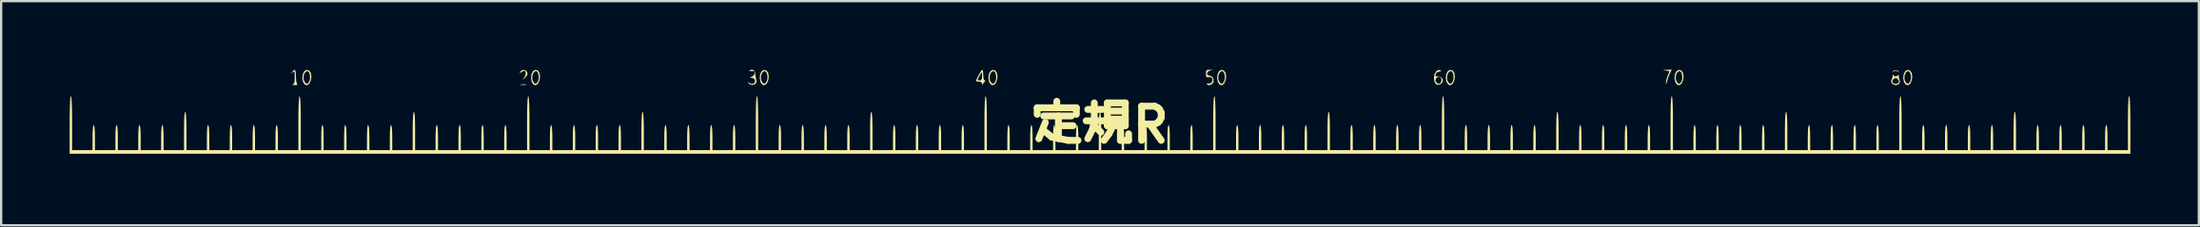
<source format=kicad_pcb>
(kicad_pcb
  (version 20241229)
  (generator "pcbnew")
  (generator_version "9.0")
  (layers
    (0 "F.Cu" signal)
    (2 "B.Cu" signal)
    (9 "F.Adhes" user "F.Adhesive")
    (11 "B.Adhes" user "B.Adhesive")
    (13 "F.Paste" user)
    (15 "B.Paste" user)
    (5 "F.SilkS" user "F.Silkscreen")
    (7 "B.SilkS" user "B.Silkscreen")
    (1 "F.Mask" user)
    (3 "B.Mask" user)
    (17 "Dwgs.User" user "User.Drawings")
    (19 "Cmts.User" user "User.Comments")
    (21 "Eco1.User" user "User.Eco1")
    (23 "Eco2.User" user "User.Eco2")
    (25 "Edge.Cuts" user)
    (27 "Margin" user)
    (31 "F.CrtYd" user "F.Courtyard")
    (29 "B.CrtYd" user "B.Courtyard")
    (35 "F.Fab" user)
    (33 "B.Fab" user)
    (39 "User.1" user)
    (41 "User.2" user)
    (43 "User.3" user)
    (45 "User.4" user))
  (footprint "定規R"
    (layer "F.Cu")
    (at 45.109 2.428)
    (property "Reference" "定規R" (at 0 0 0) (layer "F.SilkS") (effects (font (size 1.5 1.5) (thickness 0.3))))
    (attr board_only exclude_from_pos_files exclude_from_bom)
    (fp_poly (pts (xy -25.123 -1.776) (xy -25.098 -1.763) (xy -25.165 -1.755) (xy -25.242 -1.753) (xy -25.356 -1.757) (xy -25.387 -1.768) (xy -25.36 -1.776) (xy -25.207 -1.785)) (stroke (width 0) (type solid)) (fill yes) (layer "F.SilkS"))
    (fp_poly (pts (xy 34.94 -2.37) (xy 34.969 -2.331) (xy 34.967 -2.3) (xy 34.956 -2.317) (xy 34.887 -2.363) (xy 34.833 -2.371) (xy 34.738 -2.346) (xy 34.709 -2.317) (xy 34.693 -2.305) (xy 34.696 -2.331) (xy 34.751 -2.383) (xy 34.85 -2.396)) (stroke (width 0) (type solid)) (fill yes) (layer "F.SilkS"))
    (fp_poly (pts (xy -25.114 -2.361) (xy -25.086 -2.323) (xy -25.062 -2.244) (xy -25.092 -2.163) (xy -25.191 -2.05) (xy -25.201 -2.04) (xy -25.276 -1.967) (xy -25.288 -1.963) (xy -25.255 -2.003) (xy -25.171 -2.135) (xy -25.141 -2.255) (xy -25.159 -2.341) (xy -25.219 -2.373) (xy -25.315 -2.33) (xy -25.343 -2.305) (xy -25.394 -2.268) (xy -25.39 -2.315) (xy -25.389 -2.319) (xy -25.321 -2.397) (xy -25.215 -2.411)) (stroke (width 0) (type solid)) (fill yes) (layer "F.SilkS"))
    (fp_poly (pts (xy 24.953 -2.268) (xy 24.884 -2.105) (xy 24.828 -1.923) (xy 24.825 -1.912) (xy 24.794 -1.805) (xy 24.776 -1.8) (xy 24.773 -1.833) (xy 24.79 -1.961) (xy 24.837 -2.119) (xy 24.847 -2.142) (xy 24.897 -2.267) (xy 24.924 -2.341) (xy 24.926 -2.348) (xy 24.88 -2.365) (xy 24.768 -2.384) (xy 24.754 -2.386) (xy 24.663 -2.399) (xy 24.665 -2.408) (xy 24.766 -2.414) (xy 24.809 -2.416) (xy 25.034 -2.424)) (stroke (width 0) (type solid)) (fill yes) (layer "F.SilkS"))
    (fp_poly (pts (xy -35.236 -2.401) (xy -35.209 -2.297) (xy -35.202 -2.112) (xy -35.19 -1.909) (xy -35.157 -1.794) (xy -35.136 -1.774) (xy -35.137 -1.757) (xy -35.221 -1.749) (xy -35.254 -1.749) (xy -35.35 -1.756) (xy -35.362 -1.77) (xy -35.347 -1.775) (xy -35.292 -1.811) (xy -35.263 -1.899) (xy -35.254 -2.063) (xy -35.254 -2.092) (xy -35.257 -2.256) (xy -35.27 -2.333) (xy -35.302 -2.342) (xy -35.347 -2.312) (xy -35.409 -2.266) (xy -35.396 -2.294) (xy -35.366 -2.332) (xy -35.287 -2.41)) (stroke (width 0) (type solid)) (fill yes) (layer "F.SilkS"))
    (fp_poly (pts (xy -34.626 -2.387) (xy -34.551 -2.28) (xy -34.526 -2.115) (xy -34.547 -1.962) (xy -34.614 -1.81) (xy -34.707 -1.741) (xy -34.805 -1.76) (xy -34.887 -1.871) (xy -34.89 -1.88) (xy -34.917 -2.015) (xy -34.869 -2.015) (xy -34.843 -1.926) (xy -34.769 -1.814) (xy -34.695 -1.808) (xy -34.619 -1.903) (xy -34.584 -2.029) (xy -34.588 -2.17) (xy -34.623 -2.291) (xy -34.684 -2.358) (xy -34.716 -2.361) (xy -34.809 -2.296) (xy -34.863 -2.167) (xy -34.869 -2.015) (xy -34.917 -2.015) (xy -34.924 -2.052) (xy -34.904 -2.22) (xy -34.841 -2.352) (xy -34.742 -2.414) (xy -34.741 -2.414)) (stroke (width 0) (type solid)) (fill yes) (layer "F.SilkS"))
    (fp_poly (pts (xy -24.613 -2.387) (xy -24.539 -2.28) (xy -24.514 -2.115) (xy -24.535 -1.962) (xy -24.602 -1.81) (xy -24.695 -1.741) (xy -24.793 -1.76) (xy -24.874 -1.871) (xy -24.878 -1.88) (xy -24.904 -2.015) (xy -24.857 -2.015) (xy -24.831 -1.926) (xy -24.757 -1.814) (xy -24.682 -1.808) (xy -24.607 -1.903) (xy -24.571 -2.029) (xy -24.575 -2.17) (xy -24.611 -2.291) (xy -24.671 -2.358) (xy -24.704 -2.361) (xy -24.796 -2.296) (xy -24.851 -2.167) (xy -24.857 -2.015) (xy -24.904 -2.015) (xy -24.911 -2.052) (xy -24.892 -2.22) (xy -24.828 -2.352) (xy -24.73 -2.414) (xy -24.729 -2.414)) (stroke (width 0) (type solid)) (fill yes) (layer "F.SilkS"))
    (fp_poly (pts (xy -14.601 -2.387) (xy -14.526 -2.28) (xy -14.502 -2.115) (xy -14.522 -1.962) (xy -14.589 -1.81) (xy -14.683 -1.741) (xy -14.78 -1.76) (xy -14.862 -1.871) (xy -14.865 -1.88) (xy -14.892 -2.015) (xy -14.844 -2.015) (xy -14.818 -1.926) (xy -14.744 -1.814) (xy -14.67 -1.808) (xy -14.594 -1.903) (xy -14.559 -2.029) (xy -14.563 -2.17) (xy -14.598 -2.291) (xy -14.659 -2.358) (xy -14.691 -2.361) (xy -14.784 -2.296) (xy -14.838 -2.167) (xy -14.844 -2.015) (xy -14.892 -2.015) (xy -14.899 -2.052) (xy -14.879 -2.22) (xy -14.816 -2.352) (xy -14.717 -2.414) (xy -14.716 -2.414)) (stroke (width 0) (type solid)) (fill yes) (layer "F.SilkS"))
    (fp_poly (pts (xy -4.588 -2.387) (xy -4.514 -2.28) (xy -4.489 -2.115) (xy -4.51 -1.962) (xy -4.577 -1.81) (xy -4.67 -1.741) (xy -4.768 -1.76) (xy -4.849 -1.871) (xy -4.853 -1.88) (xy -4.879 -2.015) (xy -4.832 -2.015) (xy -4.806 -1.926) (xy -4.732 -1.814) (xy -4.657 -1.808) (xy -4.582 -1.903) (xy -4.546 -2.029) (xy -4.55 -2.17) (xy -4.586 -2.291) (xy -4.646 -2.358) (xy -4.679 -2.361) (xy -4.771 -2.296) (xy -4.826 -2.167) (xy -4.832 -2.015) (xy -4.879 -2.015) (xy -4.887 -2.052) (xy -4.867 -2.22) (xy -4.803 -2.352) (xy -4.705 -2.414) (xy -4.704 -2.414)) (stroke (width 0) (type solid)) (fill yes) (layer "F.SilkS"))
    (fp_poly (pts (xy 5.424 -2.387) (xy 5.499 -2.28) (xy 5.523 -2.115) (xy 5.503 -1.962) (xy 5.435 -1.81) (xy 5.342 -1.741) (xy 5.245 -1.76) (xy 5.163 -1.871) (xy 5.159 -1.88) (xy 5.133 -2.015) (xy 5.181 -2.015) (xy 5.206 -1.926) (xy 5.281 -1.814) (xy 5.355 -1.808) (xy 5.431 -1.903) (xy 5.466 -2.029) (xy 5.462 -2.17) (xy 5.427 -2.291) (xy 5.366 -2.358) (xy 5.334 -2.361) (xy 5.241 -2.296) (xy 5.186 -2.167) (xy 5.181 -2.015) (xy 5.133 -2.015) (xy 5.126 -2.052) (xy 5.145 -2.22) (xy 5.209 -2.352) (xy 5.308 -2.414) (xy 5.309 -2.414)) (stroke (width 0) (type solid)) (fill yes) (layer "F.SilkS"))
    (fp_poly (pts (xy 15.436 -2.387) (xy 15.511 -2.28) (xy 15.536 -2.115) (xy 15.515 -1.962) (xy 15.448 -1.81) (xy 15.355 -1.741) (xy 15.257 -1.76) (xy 15.176 -1.871) (xy 15.172 -1.88) (xy 15.146 -2.015) (xy 15.193 -2.015) (xy 15.219 -1.926) (xy 15.293 -1.814) (xy 15.368 -1.808) (xy 15.443 -1.903) (xy 15.479 -2.029) (xy 15.475 -2.17) (xy 15.439 -2.291) (xy 15.379 -2.358) (xy 15.346 -2.361) (xy 15.254 -2.296) (xy 15.199 -2.167) (xy 15.193 -2.015) (xy 15.146 -2.015) (xy 15.138 -2.052) (xy 15.158 -2.22) (xy 15.222 -2.352) (xy 15.32 -2.414) (xy 15.321 -2.414)) (stroke (width 0) (type solid)) (fill yes) (layer "F.SilkS"))
    (fp_poly (pts (xy 25.449 -2.387) (xy 25.524 -2.28) (xy 25.548 -2.115) (xy 25.528 -1.962) (xy 25.46 -1.81) (xy 25.367 -1.741) (xy 25.269 -1.76) (xy 25.188 -1.871) (xy 25.184 -1.88) (xy 25.158 -2.015) (xy 25.206 -2.015) (xy 25.231 -1.926) (xy 25.306 -1.814) (xy 25.38 -1.808) (xy 25.456 -1.903) (xy 25.491 -2.029) (xy 25.487 -2.17) (xy 25.451 -2.291) (xy 25.391 -2.358) (xy 25.359 -2.361) (xy 25.266 -2.296) (xy 25.211 -2.167) (xy 25.206 -2.015) (xy 25.158 -2.015) (xy 25.151 -2.052) (xy 25.17 -2.22) (xy 25.234 -2.352) (xy 25.333 -2.414) (xy 25.334 -2.414)) (stroke (width 0) (type solid)) (fill yes) (layer "F.SilkS"))
    (fp_poly (pts (xy 35.461 -2.387) (xy 35.536 -2.28) (xy 35.561 -2.115) (xy 35.54 -1.962) (xy 35.473 -1.81) (xy 35.38 -1.741) (xy 35.282 -1.76) (xy 35.2 -1.871) (xy 35.197 -1.88) (xy 35.171 -2.015) (xy 35.218 -2.015) (xy 35.244 -1.926) (xy 35.318 -1.814) (xy 35.393 -1.808) (xy 35.468 -1.903) (xy 35.503 -2.029) (xy 35.5 -2.17) (xy 35.464 -2.291) (xy 35.404 -2.358) (xy 35.371 -2.361) (xy 35.279 -2.296) (xy 35.224 -2.167) (xy 35.218 -2.015) (xy 35.171 -2.015) (xy 35.163 -2.052) (xy 35.183 -2.22) (xy 35.247 -2.352) (xy 35.345 -2.414) (xy 35.346 -2.414)) (stroke (width 0) (type solid)) (fill yes) (layer "F.SilkS"))
    (fp_poly (pts (xy -15.152 -2.387) (xy -15.098 -2.28) (xy -15.094 -2.238) (xy -15.077 -2.091) (xy -15.048 -1.989) (xy -15.038 -1.872) (xy -15.1 -1.786) (xy -15.204 -1.748) (xy -15.319 -1.769) (xy -15.392 -1.831) (xy -15.435 -1.892) (xy -15.411 -1.878) (xy -15.388 -1.858) (xy -15.269 -1.796) (xy -15.164 -1.808) (xy -15.104 -1.882) (xy -15.111 -1.989) (xy -15.177 -2.044) (xy -15.248 -2.059) (xy -15.326 -2.064) (xy -15.309 -2.082) (xy -15.243 -2.11) (xy -15.144 -2.194) (xy -15.124 -2.27) (xy -15.142 -2.351) (xy -15.218 -2.364) (xy -15.26 -2.358) (xy -15.348 -2.352) (xy -15.344 -2.383) (xy -15.245 -2.428)) (stroke (width 0) (type solid)) (fill yes) (layer "F.SilkS"))
    (fp_poly (pts (xy 4.916 -2.41) (xy 4.923 -2.401) (xy 4.835 -2.386) (xy 4.732 -2.341) (xy 4.685 -2.265) (xy 4.702 -2.194) (xy 4.788 -2.161) (xy 4.794 -2.161) (xy 4.907 -2.116) (xy 4.972 -2.009) (xy 4.968 -1.878) (xy 4.954 -1.844) (xy 4.87 -1.765) (xy 4.761 -1.739) (xy 4.674 -1.776) (xy 4.667 -1.787) (xy 4.682 -1.815) (xy 4.733 -1.809) (xy 4.845 -1.825) (xy 4.918 -1.908) (xy 4.922 -2.023) (xy 4.921 -2.027) (xy 4.848 -2.094) (xy 4.762 -2.094) (xy 4.677 -2.09) (xy 4.643 -2.141) (xy 4.637 -2.247) (xy 4.646 -2.367) (xy 4.694 -2.413) (xy 4.809 -2.416)) (stroke (width 0) (type solid)) (fill yes) (layer "F.SilkS"))
    (fp_poly (pts (xy 34.973 -2.176) (xy 34.968 -2.085) (xy 34.999 -2.009) (xy 35.025 -1.888) (xy 34.967 -1.787) (xy 34.848 -1.739) (xy 34.833 -1.739) (xy 34.724 -1.777) (xy 34.671 -1.822) (xy 34.629 -1.911) (xy 34.635 -1.928) (xy 34.689 -1.928) (xy 34.692 -1.876) (xy 34.764 -1.807) (xy 34.871 -1.798) (xy 34.959 -1.849) (xy 34.974 -1.876) (xy 34.962 -1.967) (xy 34.888 -2.039) (xy 34.833 -2.054) (xy 34.741 -2.014) (xy 34.689 -1.928) (xy 34.635 -1.928) (xy 34.666 -2.009) (xy 34.703 -2.115) (xy 34.693 -2.176) (xy 34.691 -2.203) (xy 34.744 -2.167) (xy 34.829 -2.121) (xy 34.911 -2.158) (xy 34.922 -2.167) (xy 34.979 -2.203)) (stroke (width 0) (type solid)) (fill yes) (layer "F.SilkS"))
    (fp_poly (pts (xy 14.914 -2.392) (xy 14.919 -2.387) (xy 14.923 -2.348) (xy 14.856 -2.341) (xy 14.743 -2.298) (xy 14.699 -2.23) (xy 14.681 -2.147) (xy 14.733 -2.123) (xy 14.79 -2.125) (xy 14.925 -2.097) (xy 15.003 -2.01) (xy 15.005 -1.894) (xy 14.986 -1.858) (xy 14.881 -1.763) (xy 14.756 -1.761) (xy 14.72 -1.779) (xy 14.647 -1.88) (xy 14.633 -1.954) (xy 14.683 -1.954) (xy 14.707 -1.889) (xy 14.79 -1.804) (xy 14.88 -1.81) (xy 14.939 -1.897) (xy 14.946 -2.027) (xy 14.886 -2.1) (xy 14.788 -2.098) (xy 14.715 -2.047) (xy 14.683 -1.954) (xy 14.633 -1.954) (xy 14.617 -2.037) (xy 14.637 -2.203) (xy 14.646 -2.23) (xy 14.724 -2.357) (xy 14.822 -2.416)) (stroke (width 0) (type solid)) (fill yes) (layer "F.SilkS"))
    (fp_poly (pts (xy -5.129 -2.377) (xy -5.114 -2.258) (xy -5.112 -2.187) (xy -5.098 -2.022) (xy -5.057 -1.951) (xy -5.046 -1.949) (xy -5.011 -1.934) (xy -5.038 -1.909) (xy -5.108 -1.828) (xy -5.126 -1.792) (xy -5.151 -1.747) (xy -5.16 -1.804) (xy -5.16 -1.805) (xy -5.206 -1.88) (xy -5.296 -1.897) (xy -5.395 -1.906) (xy -5.428 -1.922) (xy -5.416 -1.96) (xy -5.345 -1.96) (xy -5.29 -1.95) (xy -5.271 -1.95) (xy -5.199 -1.969) (xy -5.169 -2.045) (xy -5.164 -2.143) (xy -5.167 -2.267) (xy -5.184 -2.303) (xy -5.225 -2.247) (xy -5.291 -2.121) (xy -5.344 -2.008) (xy -5.345 -1.96) (xy -5.416 -1.96) (xy -5.405 -1.996) (xy -5.348 -2.116) (xy -5.276 -2.25) (xy -5.207 -2.363) (xy -5.16 -2.422) (xy -5.154 -2.424)) (stroke (width 0) (type solid)) (fill yes) (layer "F.SilkS"))
    (fp_poly (pts (xy 45.074 -1.213) (xy 45.089 -1.06) (xy 45.099 -0.812) (xy 45.106 -0.473) (xy 45.109 -0.047) (xy 45.109 0) (xy 45.109 1.265) (xy 0 1.265) (xy -45.109 1.265) (xy -45.109 0) (xy -45.107 -0.434) (xy -45.1 -0.782) (xy -45.09 -1.04) (xy -45.076 -1.202) (xy -45.058 -1.264) (xy -45.056 -1.265) (xy -45.037 -1.213) (xy -45.023 -1.061) (xy -45.012 -0.814) (xy -45.005 -0.478) (xy -45.003 -0.079) (xy -45.003 1.107) (xy -44.555 1.107) (xy -44.107 1.107) (xy -44.107 0.553) (xy -44.103 0.3) (xy -44.089 0.116) (xy -44.068 0.015) (xy -44.055 0) (xy -44.031 0.05) (xy -44.013 0.191) (xy -44.003 0.409) (xy -44.002 0.553) (xy -44.002 1.107) (xy -43.554 1.107) (xy -43.106 1.107) (xy -43.106 0.553) (xy -43.101 0.3) (xy -43.088 0.116) (xy -43.067 0.015) (xy -43.054 0) (xy -43.029 0.05) (xy -43.012 0.191) (xy -43.002 0.409) (xy -43.001 0.553) (xy -43.001 1.107) (xy -42.553 1.107) (xy -42.105 1.107) (xy -42.105 0.553) (xy -42.1 0.3) (xy -42.087 0.116) (xy -42.066 0.015) (xy -42.052 0) (xy -42.028 0.05) (xy -42.011 0.191) (xy -42.001 0.409) (xy -42 0.553) (xy -42 1.107) (xy -41.552 1.107) (xy -41.104 1.107) (xy -41.104 0.553) (xy -41.099 0.3) (xy -41.085 0.116) (xy -41.065 0.015) (xy -41.051 0) (xy -41.027 0.05) (xy -41.009 0.191) (xy -41 0.409) (xy -40.998 0.553) (xy -40.998 1.107) (xy -40.55 1.107) (xy -40.102 1.107) (xy -40.102 0.263) (xy -40.099 -0.072) (xy -40.09 -0.33) (xy -40.075 -0.501) (xy -40.055 -0.577) (xy -40.05 -0.58) (xy -40.029 -0.528) (xy -40.013 -0.38) (xy -40.002 -0.143) (xy -39.997 0.175) (xy -39.997 0.263) (xy -39.997 1.107) (xy -39.549 1.107) (xy -39.101 1.107) (xy -39.101 0.553) (xy -39.096 0.3) (xy -39.083 0.116) (xy -39.062 0.015) (xy -39.049 0) (xy -39.024 0.05) (xy -39.007 0.191) (xy -38.997 0.409) (xy -38.996 0.553) (xy -38.996 1.107) (xy -38.548 1.107) (xy -38.1 1.107) (xy -38.1 0.553) (xy -38.095 0.3) (xy -38.082 0.116) (xy -38.061 0.015) (xy -38.047 0) (xy -38.023 0.05) (xy -38.006 0.191) (xy -37.996 0.409) (xy -37.995 0.553) (xy -37.995 1.107) (xy -37.547 1.107) (xy -37.099 1.107) (xy -37.099 0.553) (xy -37.094 0.3) (xy -37.081 0.116) (xy -37.06 0.015) (xy -37.046 0) (xy -37.022 0.05) (xy -37.004 0.191) (xy -36.995 0.409) (xy -36.993 0.553) (xy -36.993 1.107) (xy -36.545 1.107) (xy -36.098 1.107) (xy -36.098 0.553) (xy -36.093 0.3) (xy -36.079 0.116) (xy -36.059 0.015) (xy -36.045 0) (xy -36.021 0.05) (xy -36.003 0.191) (xy -35.994 0.409) (xy -35.992 0.553) (xy -35.992 1.107) (xy -35.544 1.107) (xy -35.096 1.107) (xy -35.096 -0.079) (xy -35.094 -0.496) (xy -35.087 -0.828) (xy -35.076 -1.071) (xy -35.061 -1.218) (xy -35.044 -1.265) (xy -35.025 -1.213) (xy -35.01 -1.061) (xy -34.999 -0.814) (xy -34.993 -0.478) (xy -34.991 -0.079) (xy -34.991 1.107) (xy -34.543 1.107) (xy -34.095 1.107) (xy -34.095 0.553) (xy -34.09 0.3) (xy -34.077 0.116) (xy -34.056 0.015) (xy -34.042 0) (xy -34.018 0.05) (xy -34.001 0.191) (xy -33.991 0.409) (xy -33.99 0.553) (xy -33.99 1.107) (xy -33.542 1.107) (xy -33.094 1.107) (xy -33.094 0.553) (xy -33.089 0.3) (xy -33.076 0.116) (xy -33.055 0.015) (xy -33.041 0) (xy -33.017 0.05) (xy -32.999 0.191) (xy -32.99 0.409) (xy -32.988 0.553) (xy -32.988 1.107) (xy -32.54 1.107) (xy -32.093 1.107) (xy -32.093 0.553) (xy -32.088 0.3) (xy -32.074 0.116) (xy -32.054 0.015) (xy -32.04 0) (xy -32.016 0.05) (xy -31.998 0.191) (xy -31.989 0.409) (xy -31.987 0.553) (xy -31.987 1.107) (xy -31.539 1.107) (xy -31.091 1.107) (xy -31.091 0.553) (xy -31.087 0.3) (xy -31.073 0.116) (xy -31.052 0.015) (xy -31.039 0) (xy -31.014 0.05) (xy -30.997 0.191) (xy -30.987 0.409) (xy -30.986 0.553) (xy -30.986 1.107) (xy -30.538 1.107) (xy -30.09 1.107) (xy -30.09 0.263) (xy -30.087 -0.072) (xy -30.078 -0.33) (xy -30.063 -0.501) (xy -30.043 -0.577) (xy -30.037 -0.58) (xy -30.016 -0.528) (xy -30 -0.38) (xy -29.99 -0.143) (xy -29.985 0.175) (xy -29.985 0.263) (xy -29.985 1.107) (xy -29.537 1.107) (xy -29.089 1.107) (xy -29.089 0.553) (xy -29.084 0.3) (xy -29.071 0.116) (xy -29.05 0.015) (xy -29.036 0) (xy -29.012 0.05) (xy -28.994 0.191) (xy -28.985 0.409) (xy -28.983 0.553) (xy -28.983 1.107) (xy -28.535 1.107) (xy -28.088 1.107) (xy -28.088 0.553) (xy -28.083 0.3) (xy -28.069 0.116) (xy -28.049 0.015) (xy -28.035 0) (xy -28.011 0.05) (xy -27.993 0.191) (xy -27.984 0.409) (xy -27.982 0.553) (xy -27.982 1.107) (xy -27.534 1.107) (xy -27.086 1.107) (xy -27.086 0.553) (xy -27.082 0.3) (xy -27.068 0.116) (xy -27.047 0.015) (xy -27.034 0) (xy -27.009 0.05) (xy -26.992 0.191) (xy -26.982 0.409) (xy -26.981 0.553) (xy -26.981 1.107) (xy -26.533 1.107) (xy -26.085 1.107) (xy -26.085 0.553) (xy -26.08 0.3) (xy -26.067 0.116) (xy -26.046 0.015) (xy -26.032 0) (xy -26.008 0.05) (xy -25.991 0.191) (xy -25.981 0.409) (xy -25.98 0.553) (xy -25.98 1.107) (xy -25.532 1.107) (xy -25.084 1.107) (xy -25.084 -0.079) (xy -25.082 -0.496) (xy -25.075 -0.828) (xy -25.064 -1.071) (xy -25.049 -1.218) (xy -25.031 -1.265) (xy -25.013 -1.213) (xy -24.998 -1.061) (xy -24.987 -0.814) (xy -24.981 -0.478) (xy -24.978 -0.079) (xy -24.978 1.107) (xy -24.53 1.107) (xy -24.083 1.107) (xy -24.083 0.553) (xy -24.078 0.3) (xy -24.064 0.116) (xy -24.044 0.015) (xy -24.03 0) (xy -24.006 0.05) (xy -23.988 0.191) (xy -23.979 0.409) (xy -23.977 0.553) (xy -23.977 1.107) (xy -23.529 1.107) (xy -23.081 1.107) (xy -23.081 0.553) (xy -23.077 0.3) (xy -23.063 0.116) (xy -23.042 0.015) (xy -23.029 0) (xy -23.005 0.05) (xy -22.987 0.191) (xy -22.977 0.409) (xy -22.976 0.553) (xy -22.976 1.107) (xy -22.528 1.107) (xy -22.08 1.107) (xy -22.08 0.553) (xy -22.075 0.3) (xy -22.062 0.116) (xy -22.041 0.015) (xy -22.027 0) (xy -22.003 0.05) (xy -21.986 0.191) (xy -21.976 0.409) (xy -21.975 0.553) (xy -21.975 1.107) (xy -21.527 1.107) (xy -21.079 1.107) (xy -21.079 0.553) (xy -21.074 0.3) (xy -21.061 0.116) (xy -21.04 0.015) (xy -21.026 0) (xy -21.002 0.05) (xy -20.984 0.191) (xy -20.975 0.409) (xy -20.973 0.553) (xy -20.973 1.107) (xy -20.526 1.107) (xy -20.078 1.107) (xy -20.078 0.263) (xy -20.074 -0.072) (xy -20.065 -0.33) (xy -20.05 -0.501) (xy -20.03 -0.577) (xy -20.025 -0.58) (xy -20.004 -0.528) (xy -19.988 -0.38) (xy -19.977 -0.143) (xy -19.972 0.175) (xy -19.972 0.263) (xy -19.972 1.107) (xy -19.524 1.107) (xy -19.076 1.107) (xy -19.076 0.553) (xy -19.072 0.3) (xy -19.058 0.116) (xy -19.037 0.015) (xy -19.024 0) (xy -19 0.05) (xy -18.982 0.191) (xy -18.972 0.409) (xy -18.971 0.553) (xy -18.971 1.107) (xy -18.523 1.107) (xy -18.075 1.107) (xy -18.075 0.553) (xy -18.07 0.3) (xy -18.057 0.116) (xy -18.036 0.015) (xy -18.022 0) (xy -17.998 0.05) (xy -17.981 0.191) (xy -17.971 0.409) (xy -17.97 0.553) (xy -17.97 1.107) (xy -17.522 1.107) (xy -17.074 1.107) (xy -17.074 0.553) (xy -17.069 0.3) (xy -17.056 0.116) (xy -17.035 0.015) (xy -17.021 0) (xy -16.997 0.05) (xy -16.979 0.191) (xy -16.97 0.409) (xy -16.968 0.553) (xy -16.968 1.107) (xy -16.521 1.107) (xy -16.073 1.107) (xy -16.073 0.553) (xy -16.068 0.3) (xy -16.054 0.116) (xy -16.034 0.015) (xy -16.02 0) (xy -15.996 0.05) (xy -15.978 0.191) (xy -15.969 0.409) (xy -15.967 0.553) (xy -15.967 1.107) (xy -15.519 1.107) (xy -15.071 1.107) (xy -15.071 -0.079) (xy -15.069 -0.496) (xy -15.062 -0.828) (xy -15.051 -1.071) (xy -15.036 -1.218) (xy -15.019 -1.265) (xy -15 -1.213) (xy -14.985 -1.061) (xy -14.975 -0.814) (xy -14.968 -0.478) (xy -14.966 -0.079) (xy -14.966 1.107) (xy -14.518 1.107) (xy -14.07 1.107) (xy -14.07 0.553) (xy -14.065 0.3) (xy -14.052 0.116) (xy -14.031 0.015) (xy -14.017 0) (xy -13.993 0.05) (xy -13.976 0.191) (xy -13.966 0.409) (xy -13.965 0.553) (xy -13.965 1.107) (xy -13.517 1.107) (xy -13.069 1.107) (xy -13.069 0.553) (xy -13.064 0.3) (xy -13.051 0.116) (xy -13.03 0.015) (xy -13.016 0) (xy -12.992 0.05) (xy -12.975 0.191) (xy -12.965 0.409) (xy -12.963 0.553) (xy -12.963 1.107) (xy -12.516 1.107) (xy -12.068 1.107) (xy -12.068 0.553) (xy -12.063 0.3) (xy -12.049 0.116) (xy -12.029 0.015) (xy -12.015 0) (xy -11.991 0.05) (xy -11.973 0.191) (xy -11.964 0.409) (xy -11.962 0.553) (xy -11.962 1.107) (xy -11.514 1.107) (xy -11.066 1.107) (xy -11.066 0.553) (xy -11.062 0.3) (xy -11.048 0.116) (xy -11.027 0.015) (xy -11.014 0) (xy -10.99 0.05) (xy -10.972 0.191) (xy -10.962 0.409) (xy -10.961 0.553) (xy -10.961 1.107) (xy -10.513 1.107) (xy -10.065 1.107) (xy -10.065 0.263) (xy -10.062 -0.072) (xy -10.053 -0.33) (xy -10.038 -0.501) (xy -10.018 -0.577) (xy -10.012 -0.58) (xy -9.991 -0.528) (xy -9.975 -0.38) (xy -9.965 -0.143) (xy -9.96 0.175) (xy -9.96 0.263) (xy -9.96 1.107) (xy -9.512 1.107) (xy -9.064 1.107) (xy -9.064 0.553) (xy -9.059 0.3) (xy -9.046 0.116) (xy -9.025 0.015) (xy -9.011 0) (xy -8.987 0.05) (xy -8.97 0.191) (xy -8.96 0.409) (xy -8.959 0.553) (xy -8.959 1.107) (xy -8.511 1.107) (xy -8.063 1.107) (xy -8.063 0.553) (xy -8.058 0.3) (xy -8.044 0.116) (xy -8.024 0.015) (xy -8.01 0) (xy -7.986 0.05) (xy -7.968 0.191) (xy -7.959 0.409) (xy -7.957 0.553) (xy -7.957 1.107) (xy -7.509 1.107) (xy -7.061 1.107) (xy -7.061 0.553) (xy -7.057 0.3) (xy -7.043 0.116) (xy -7.022 0.015) (xy -7.009 0) (xy -6.985 0.05) (xy -6.967 0.191) (xy -6.957 0.409) (xy -6.956 0.553) (xy -6.956 1.107) (xy -6.508 1.107) (xy -6.06 1.107) (xy -6.06 0.553) (xy -6.055 0.3) (xy -6.042 0.116) (xy -6.021 0.015) (xy -6.007 0) (xy -5.983 0.05) (xy -5.966 0.191) (xy -5.956 0.409) (xy -5.955 0.553) (xy -5.955 1.107) (xy -5.507 1.107) (xy -5.059 1.107) (xy -5.059 -0.079) (xy -5.057 -0.496) (xy -5.05 -0.828) (xy -5.039 -1.071) (xy -5.024 -1.218) (xy -5.006 -1.265) (xy -4.988 -1.213) (xy -4.973 -1.061) (xy -4.962 -0.814) (xy -4.956 -0.478) (xy -4.954 -0.079) (xy -4.954 1.107) (xy -4.506 1.107) (xy -4.058 1.107) (xy -4.058 0.553) (xy -4.053 0.3) (xy -4.039 0.116) (xy -4.019 0.015) (xy -4.005 0) (xy -3.981 0.05) (xy -3.963 0.191) (xy -3.954 0.409) (xy -3.952 0.553) (xy -3.952 1.107) (xy -3.504 1.107) (xy -3.056 1.107) (xy -3.056 0.553) (xy -3.052 0.3) (xy -3.038 0.116) (xy -3.017 0.015) (xy -3.004 0) (xy -2.98 0.05) (xy -2.962 0.191) (xy -2.952 0.409) (xy -2.951 0.553) (xy -2.951 1.107) (xy -2.503 1.107) (xy -2.055 1.107) (xy -2.055 0.553) (xy -2.05 0.3) (xy -2.037 0.116) (xy -2.016 0.015) (xy -2.002 0) (xy -1.978 0.05) (xy -1.961 0.191) (xy -1.951 0.409) (xy -1.95 0.553) (xy -1.95 1.107) (xy -1.502 1.107) (xy -1.054 1.107) (xy -1.054 0.553) (xy -1.049 0.3) (xy -1.036 0.116) (xy -1.015 0.015) (xy -1.001 0) (xy -0.977 0.05) (xy -0.96 0.191) (xy -0.95 0.409) (xy -0.949 0.553) (xy -0.949 1.107) (xy -0.501 1.107) (xy -0.053 1.107) (xy -0.053 0.263) (xy -0.049 -0.072) (xy -0.04 -0.33) (xy -0.025 -0.501) (xy -0.006 -0.577) (xy 0 -0.58) (xy 0.021 -0.528) (xy 0.037 -0.38) (xy 0.048 -0.143) (xy 0.053 0.175) (xy 0.053 0.263) (xy 0.053 1.107) (xy 0.501 1.107) (xy 0.949 1.107) (xy 0.949 0.553) (xy 0.953 0.3) (xy 0.967 0.116) (xy 0.988 0.015) (xy 1.001 0) (xy 1.025 0.05) (xy 1.043 0.191) (xy 1.053 0.409) (xy 1.054 0.553) (xy 1.054 1.107) (xy 1.502 1.107) (xy 1.95 1.107) (xy 1.95 0.553) (xy 1.955 0.3) (xy 1.968 0.116) (xy 1.989 0.015) (xy 2.002 0) (xy 2.027 0.05) (xy 2.044 0.191) (xy 2.054 0.409) (xy 2.055 0.553) (xy 2.055 1.107) (xy 2.503 1.107) (xy 2.951 1.107) (xy 2.951 0.553) (xy 2.956 0.3) (xy 2.969 0.116) (xy 2.99 0.015) (xy 3.004 0) (xy 3.028 0.05) (xy 3.045 0.191) (xy 3.055 0.409) (xy 3.056 0.553) (xy 3.056 1.107) (xy 3.504 1.107) (xy 3.952 1.107) (xy 3.952 0.553) (xy 3.957 0.3) (xy 3.971 0.116) (xy 3.991 0.015) (xy 4.005 0) (xy 4.029 0.05) (xy 4.047 0.191) (xy 4.056 0.409) (xy 4.058 0.553) (xy 4.058 1.107) (xy 4.506 1.107) (xy 4.954 1.107) (xy 4.954 -0.079) (xy 4.956 -0.496) (xy 4.963 -0.828) (xy 4.974 -1.071) (xy 4.989 -1.218) (xy 5.006 -1.265) (xy 5.025 -1.213) (xy 5.04 -1.061) (xy 5.05 -0.814) (xy 5.057 -0.478) (xy 5.059 -0.079) (xy 5.059 1.107) (xy 5.507 1.107) (xy 5.955 1.107) (xy 5.955 0.553) (xy 5.96 0.3) (xy 5.973 0.116) (xy 5.994 0.015) (xy 6.007 0) (xy 6.032 0.05) (xy 6.049 0.191) (xy 6.059 0.409) (xy 6.06 0.553) (xy 6.06 1.107) (xy 6.508 1.107) (xy 6.956 1.107) (xy 6.956 0.553) (xy 6.961 0.3) (xy 6.974 0.116) (xy 6.995 0.015) (xy 7.009 0) (xy 7.033 0.05) (xy 7.05 0.191) (xy 7.06 0.409) (xy 7.061 0.553) (xy 7.061 1.107) (xy 7.509 1.107) (xy 7.957 1.107) (xy 7.957 0.553) (xy 7.962 0.3) (xy 7.975 0.116) (xy 7.996 0.015) (xy 8.01 0) (xy 8.034 0.05) (xy 8.052 0.191) (xy 8.061 0.409) (xy 8.063 0.553) (xy 8.063 1.107) (xy 8.511 1.107) (xy 8.959 1.107) (xy 8.959 0.553) (xy 8.963 0.3) (xy 8.977 0.116) (xy 8.997 0.015) (xy 9.011 0) (xy 9.035 0.05) (xy 9.053 0.191) (xy 9.062 0.409) (xy 9.064 0.553) (xy 9.064 1.107) (xy 9.512 1.107) (xy 9.96 1.107) (xy 9.96 0.263) (xy 9.963 -0.072) (xy 9.972 -0.33) (xy 9.987 -0.501) (xy 10.007 -0.577) (xy 10.012 -0.58) (xy 10.033 -0.528) (xy 10.05 -0.38) (xy 10.06 -0.143) (xy 10.065 0.175) (xy 10.065 0.263) (xy 10.065 1.107) (xy 10.513 1.107) (xy 10.961 1.107) (xy 10.961 0.553) (xy 10.966 0.3) (xy 10.979 0.116) (xy 11 0.015) (xy 11.014 0) (xy 11.038 0.05) (xy 11.055 0.191) (xy 11.065 0.409) (xy 11.066 0.553) (xy 11.066 1.107) (xy 11.514 1.107) (xy 11.962 1.107) (xy 11.962 0.553) (xy 11.967 0.3) (xy 11.98 0.116) (xy 12.001 0.015) (xy 12.015 0) (xy 12.039 0.05) (xy 12.057 0.191) (xy 12.066 0.409) (xy 12.068 0.553) (xy 12.068 1.107) (xy 12.516 1.107) (xy 12.963 1.107) (xy 12.963 0.553) (xy 12.968 0.3) (xy 12.982 0.116) (xy 13.002 0.015) (xy 13.016 0) (xy 13.04 0.05) (xy 13.058 0.191) (xy 13.067 0.409) (xy 13.069 0.553) (xy 13.069 1.107) (xy 13.517 1.107) (xy 13.965 1.107) (xy 13.965 0.553) (xy 13.97 0.3) (xy 13.983 0.116) (xy 14.004 0.015) (xy 14.017 0) (xy 14.042 0.05) (xy 14.059 0.191) (xy 14.069 0.409) (xy 14.07 0.553) (xy 14.07 1.107) (xy 14.518 1.107) (xy 14.966 1.107) (xy 14.966 -0.079) (xy 14.968 -0.496) (xy 14.975 -0.828) (xy 14.986 -1.071) (xy 15.001 -1.218) (xy 15.019 -1.265) (xy 15.037 -1.213) (xy 15.052 -1.061) (xy 15.063 -0.814) (xy 15.069 -0.478) (xy 15.071 -0.079) (xy 15.071 1.107) (xy 15.519 1.107) (xy 15.967 1.107) (xy 15.967 0.553) (xy 15.972 0.3) (xy 15.985 0.116) (xy 16.006 0.015) (xy 16.02 0) (xy 16.044 0.05) (xy 16.062 0.191) (xy 16.071 0.409) (xy 16.073 0.553) (xy 16.073 1.107) (xy 16.521 1.107) (xy 16.968 1.107) (xy 16.968 0.553) (xy 16.973 0.3) (xy 16.987 0.116) (xy 17.007 0.015) (xy 17.021 0) (xy 17.045 0.05) (xy 17.063 0.191) (xy 17.072 0.409) (xy 17.074 0.553) (xy 17.074 1.107) (xy 17.522 1.107) (xy 17.97 1.107) (xy 17.97 0.553) (xy 17.974 0.3) (xy 17.988 0.116) (xy 18.009 0.015) (xy 18.022 0) (xy 18.047 0.05) (xy 18.064 0.191) (xy 18.074 0.409) (xy 18.075 0.553) (xy 18.075 1.107) (xy 18.523 1.107) (xy 18.971 1.107) (xy 18.971 0.553) (xy 18.976 0.3) (xy 18.989 0.116) (xy 19.01 0.015) (xy 19.024 0) (xy 19.048 0.05) (xy 19.065 0.191) (xy 19.075 0.409) (xy 19.076 0.553) (xy 19.076 1.107) (xy 19.524 1.107) (xy 19.972 1.107) (xy 19.972 0.263) (xy 19.975 -0.072) (xy 19.985 -0.33) (xy 19.999 -0.501) (xy 20.019 -0.577) (xy 20.025 -0.58) (xy 20.046 -0.528) (xy 20.062 -0.38) (xy 20.073 -0.143) (xy 20.077 0.175) (xy 20.078 0.263) (xy 20.078 1.107) (xy 20.526 1.107) (xy 20.973 1.107) (xy 20.973 0.553) (xy 20.978 0.3) (xy 20.992 0.116) (xy 21.012 0.015) (xy 21.026 0) (xy 21.05 0.05) (xy 21.068 0.191) (xy 21.077 0.409) (xy 21.079 0.553) (xy 21.079 1.107) (xy 21.527 1.107) (xy 21.975 1.107) (xy 21.975 0.553) (xy 21.979 0.3) (xy 21.993 0.116) (xy 22.014 0.015) (xy 22.027 0) (xy 22.052 0.05) (xy 22.069 0.191) (xy 22.079 0.409) (xy 22.08 0.553) (xy 22.08 1.107) (xy 22.528 1.107) (xy 22.976 1.107) (xy 22.976 0.553) (xy 22.981 0.3) (xy 22.994 0.116) (xy 23.015 0.015) (xy 23.029 0) (xy 23.053 0.05) (xy 23.07 0.191) (xy 23.08 0.409) (xy 23.081 0.553) (xy 23.081 1.107) (xy 23.529 1.107) (xy 23.977 1.107) (xy 23.977 0.553) (xy 23.982 0.3) (xy 23.995 0.116) (xy 24.016 0.015) (xy 24.03 0) (xy 24.054 0.05) (xy 24.072 0.191) (xy 24.081 0.409) (xy 24.083 0.553) (xy 24.083 1.107) (xy 24.53 1.107) (xy 24.978 1.107) (xy 24.978 -0.079) (xy 24.981 -0.496) (xy 24.987 -0.828) (xy 24.998 -1.071) (xy 25.013 -1.218) (xy 25.031 -1.265) (xy 25.05 -1.213) (xy 25.064 -1.061) (xy 25.075 -0.814) (xy 25.082 -0.478) (xy 25.084 -0.079) (xy 25.084 1.107) (xy 25.532 1.107) (xy 25.98 1.107) (xy 25.98 0.553) (xy 25.984 0.3) (xy 25.998 0.116) (xy 26.019 0.015) (xy 26.032 0) (xy 26.056 0.05) (xy 26.074 0.191) (xy 26.084 0.409) (xy 26.085 0.553) (xy 26.085 1.107) (xy 26.533 1.107) (xy 26.981 1.107) (xy 26.981 0.553) (xy 26.986 0.3) (xy 26.999 0.116) (xy 27.02 0.015) (xy 27.034 0) (xy 27.058 0.05) (xy 27.075 0.191) (xy 27.085 0.409) (xy 27.086 0.553) (xy 27.086 1.107) (xy 27.534 1.107) (xy 27.982 1.107) (xy 27.982 0.553) (xy 27.987 0.3) (xy 28 0.116) (xy 28.021 0.015) (xy 28.035 0) (xy 28.059 0.05) (xy 28.077 0.191) (xy 28.086 0.409) (xy 28.088 0.553) (xy 28.088 1.107) (xy 28.535 1.107) (xy 28.983 1.107) (xy 28.983 0.553) (xy 28.988 0.3) (xy 29.002 0.116) (xy 29.022 0.015) (xy 29.036 0) (xy 29.06 0.05) (xy 29.078 0.191) (xy 29.087 0.409) (xy 29.089 0.553) (xy 29.089 1.107) (xy 29.537 1.107) (xy 29.985 1.107) (xy 29.985 0.263) (xy 29.988 -0.072) (xy 29.997 -0.33) (xy 30.012 -0.501) (xy 30.032 -0.577) (xy 30.037 -0.58) (xy 30.058 -0.528) (xy 30.074 -0.38) (xy 30.085 -0.143) (xy 30.09 0.175) (xy 30.09 0.263) (xy 30.09 1.107) (xy 30.538 1.107) (xy 30.986 1.107) (xy 30.986 0.553) (xy 30.991 0.3) (xy 31.004 0.116) (xy 31.025 0.015) (xy 31.039 0) (xy 31.063 0.05) (xy 31.08 0.191) (xy 31.09 0.409) (xy 31.091 0.553) (xy 31.091 1.107) (xy 31.539 1.107) (xy 31.987 1.107) (xy 31.987 0.553) (xy 31.992 0.3) (xy 32.005 0.116) (xy 32.026 0.015) (xy 32.04 0) (xy 32.064 0.05) (xy 32.082 0.191) (xy 32.091 0.409) (xy 32.093 0.553) (xy 32.093 1.107) (xy 32.54 1.107) (xy 32.988 1.107) (xy 32.988 0.553) (xy 32.993 0.3) (xy 33.007 0.116) (xy 33.027 0.015) (xy 33.041 0) (xy 33.065 0.05) (xy 33.083 0.191) (xy 33.092 0.409) (xy 33.094 0.553) (xy 33.094 1.107) (xy 33.542 1.107) (xy 33.99 1.107) (xy 33.99 0.553) (xy 33.994 0.3) (xy 34.008 0.116) (xy 34.029 0.015) (xy 34.042 0) (xy 34.066 0.05) (xy 34.084 0.191) (xy 34.094 0.409) (xy 34.095 0.553) (xy 34.095 1.107) (xy 34.543 1.107) (xy 34.991 1.107) (xy 34.991 -0.079) (xy 34.993 -0.496) (xy 35 -0.828) (xy 35.011 -1.071) (xy 35.026 -1.218) (xy 35.044 -1.265) (xy 35.062 -1.213) (xy 35.077 -1.061) (xy 35.088 -0.814) (xy 35.094 -0.478) (xy 35.096 -0.079) (xy 35.096 1.107) (xy 35.544 1.107) (xy 35.992 1.107) (xy 35.992 0.553) (xy 35.997 0.3) (xy 36.01 0.116) (xy 36.031 0.015) (xy 36.045 0) (xy 36.069 0.05) (xy 36.086 0.191) (xy 36.096 0.409) (xy 36.098 0.553) (xy 36.098 1.107) (xy 36.545 1.107) (xy 36.993 1.107) (xy 36.993 0.553) (xy 36.998 0.3) (xy 37.012 0.116) (xy 37.032 0.015) (xy 37.046 0) (xy 37.07 0.05) (xy 37.088 0.191) (xy 37.097 0.409) (xy 37.099 0.553) (xy 37.099 1.107) (xy 37.547 1.107) (xy 37.995 1.107) (xy 37.995 0.553) (xy 37.999 0.3) (xy 38.013 0.116) (xy 38.034 0.015) (xy 38.047 0) (xy 38.071 0.05) (xy 38.089 0.191) (xy 38.099 0.409) (xy 38.1 0.553) (xy 38.1 1.107) (xy 38.548 1.107) (xy 38.996 1.107) (xy 38.996 0.553) (xy 39.001 0.3) (xy 39.014 0.116) (xy 39.035 0.015) (xy 39.049 0) (xy 39.073 0.05) (xy 39.09 0.191) (xy 39.1 0.409) (xy 39.101 0.553) (xy 39.101 1.107) (xy 39.549 1.107) (xy 39.997 1.107) (xy 39.997 0.263) (xy 40 -0.072) (xy 40.01 -0.33) (xy 40.024 -0.501) (xy 40.044 -0.577) (xy 40.05 -0.58) (xy 40.071 -0.528) (xy 40.087 -0.38) (xy 40.098 -0.143) (xy 40.102 0.175) (xy 40.102 0.263) (xy 40.102 1.107) (xy 40.55 1.107) (xy 40.998 1.107) (xy 40.998 0.553) (xy 41.003 0.3) (xy 41.017 0.116) (xy 41.037 0.015) (xy 41.051 0) (xy 41.075 0.05) (xy 41.093 0.191) (xy 41.102 0.409) (xy 41.104 0.553) (xy 41.104 1.107) (xy 41.552 1.107) (xy 42 1.107) (xy 42 0.553) (xy 42.004 0.3) (xy 42.018 0.116) (xy 42.039 0.015) (xy 42.052 0) (xy 42.076 0.05) (xy 42.094 0.191) (xy 42.104 0.409) (xy 42.105 0.553) (xy 42.105 1.107) (xy 42.553 1.107) (xy 43.001 1.107) (xy 43.001 0.553) (xy 43.006 0.3) (xy 43.019 0.116) (xy 43.04 0.015) (xy 43.054 0) (xy 43.078 0.05) (xy 43.095 0.191) (xy 43.105 0.409) (xy 43.106 0.553) (xy 43.106 1.107) (xy 43.554 1.107) (xy 44.002 1.107) (xy 44.002 0.553) (xy 44.007 0.3) (xy 44.02 0.116) (xy 44.041 0.015) (xy 44.055 0) (xy 44.079 0.05) (xy 44.096 0.191) (xy 44.106 0.409) (xy 44.107 0.553) (xy 44.107 1.107) (xy 44.555 1.107) (xy 45.003 1.107) (xy 45.003 -0.079) (xy 45.006 -0.496) (xy 45.012 -0.828) (xy 45.023 -1.071) (xy 45.038 -1.218) (xy 45.056 -1.265)) (stroke (width 0) (type solid)) (fill yes) (layer "F.SilkS")))
  (gr_rect
    (start -3 -3)
    (end 93.217 6.832)
    (stroke (width 0.1) (type default))
    (fill no)
    (layer "Edge.Cuts")))
</source>
